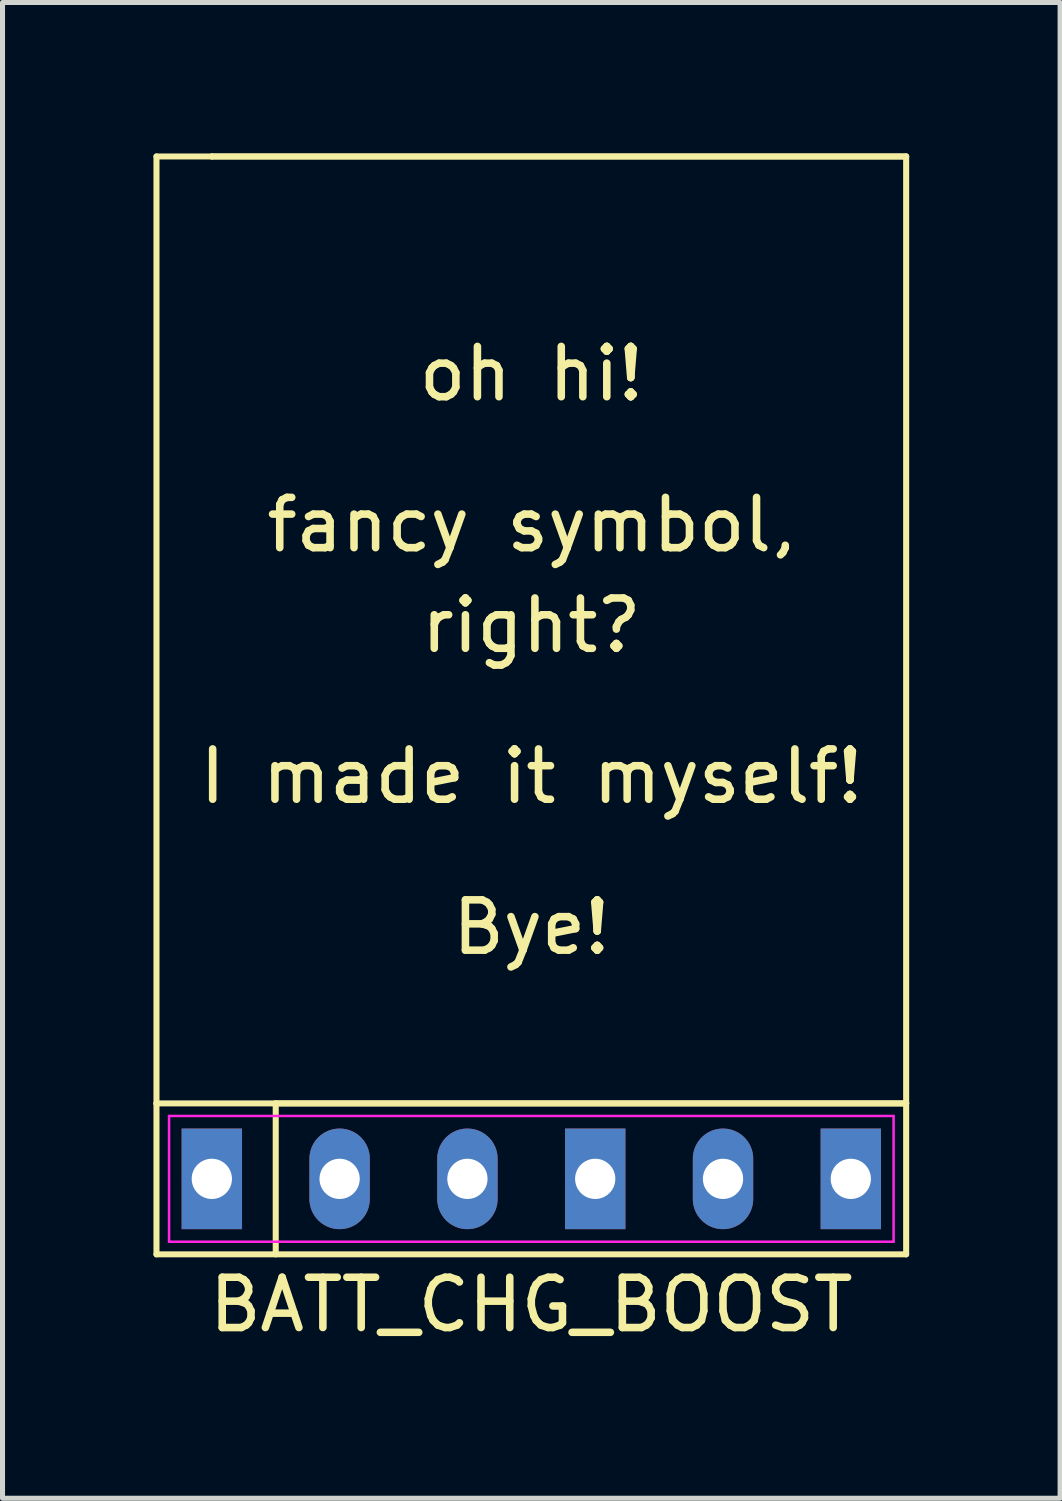
<source format=kicad_pcb>
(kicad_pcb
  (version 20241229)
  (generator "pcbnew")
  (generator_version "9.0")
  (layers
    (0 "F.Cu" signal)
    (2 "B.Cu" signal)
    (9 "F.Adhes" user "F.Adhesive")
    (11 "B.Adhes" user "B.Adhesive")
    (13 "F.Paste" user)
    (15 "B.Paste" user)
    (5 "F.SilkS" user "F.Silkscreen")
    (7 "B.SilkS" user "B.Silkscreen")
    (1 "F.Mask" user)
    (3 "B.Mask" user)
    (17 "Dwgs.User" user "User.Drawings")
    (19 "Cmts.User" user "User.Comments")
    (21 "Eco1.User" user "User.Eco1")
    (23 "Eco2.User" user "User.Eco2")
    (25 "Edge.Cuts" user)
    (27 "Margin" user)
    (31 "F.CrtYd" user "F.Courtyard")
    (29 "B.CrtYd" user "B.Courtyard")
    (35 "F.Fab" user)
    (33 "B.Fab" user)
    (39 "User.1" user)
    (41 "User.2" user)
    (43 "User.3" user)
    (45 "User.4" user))
  (footprint "BATT_CHG_BOOST"
    (layer "F.Cu")
    (at 7.51 20.38)
    (property "Reference" "BATT_CHG_BOOST" (at 0 2.5 0) (layer "F.SilkS") (effects (font (size 1 1) (thickness 0.15))))
    (attr through_hole)
    (fp_line (start -7.45 -1.5) (end -7.45 -20.32) (stroke (width 0.12) (type solid)) (layer "F.SilkS"))
    (fp_line (start -7.45 1.5) (end -7.45 -1.5) (stroke (width 0.12) (type solid)) (layer "F.SilkS"))
    (fp_line (start -6.35 -20.32) (end -7.45 -20.32) (stroke (width 0.12) (type solid)) (layer "F.SilkS"))
    (fp_line (start -6.35 -20.32) (end 7.45 -20.32) (stroke (width 0.12) (type solid)) (layer "F.SilkS"))
    (fp_line (start -5.08 -1.5) (end -5.08 1.5) (stroke (width 0.12) (type solid)) (layer "F.SilkS"))
    (fp_line (start -5.08 -1.5) (end 7.45 -1.5) (stroke (width 0.12) (type solid)) (layer "F.SilkS"))
    (fp_line (start 7.45 -20.32) (end -6.35 -20.32) (stroke (width 0.12) (type solid)) (layer "F.SilkS"))
    (fp_line (start 7.45 -1.5) (end -7.45 -1.5) (stroke (width 0.12) (type solid)) (layer "F.SilkS"))
    (fp_line (start 7.45 -1.5) (end 7.45 -20.32) (stroke (width 0.12) (type solid)) (layer "F.SilkS"))
    (fp_line (start 7.45 -1.5) (end 7.45 1.5) (stroke (width 0.12) (type solid)) (layer "F.SilkS"))
    (fp_line (start 7.45 1.5) (end -7.45 1.5) (stroke (width 0.12) (type solid)) (layer "F.SilkS"))
    (fp_line (start -7.2 -1.25) (end 7.2 -1.25) (stroke (width 0.05) (type solid)) (layer "F.CrtYd"))
    (fp_line (start -7.2 1.25) (end -7.2 -1.25) (stroke (width 0.05) (type solid)) (layer "F.CrtYd"))
    (fp_line (start 7.2 -1.25) (end 7.2 1.25) (stroke (width 0.05) (type solid)) (layer "F.CrtYd"))
    (fp_line (start 7.2 1.25) (end -7.2 1.25) (stroke (width 0.05) (type solid)) (layer "F.CrtYd"))
    (fp_text user "I made it myself!" (at 0 -8 0) (layer "F.SilkS") (effects (font (size 1 1) (thickness 0.15))))
    (fp_text user "Bye!" (at 0 -5 0) (layer "F.SilkS") (effects (font (size 1 1) (thickness 0.15))))
    (fp_text user "oh hi!" (at 0 -16 0) (layer "F.SilkS") (effects (font (size 1 1) (thickness 0.15))))
    (fp_text user "right?" (at 0 -11 0) (layer "F.SilkS") (effects (font (size 1 1) (thickness 0.15))))
    (fp_text user "fancy symbol," (at 0 -13 0) (layer "F.SilkS") (effects (font (size 1 1) (thickness 0.15))))
    (pad "1" thru_hole rect (at -6.35 0) (size 1.2 2) (drill 0.8) (layers "*.Cu" "*.Mask"))
    (pad "2" thru_hole oval (at -3.81 0) (size 1.2 2) (drill 0.8) (layers "*.Cu" "*.Mask"))
    (pad "3" thru_hole oval (at -1.27 0) (size 1.2 2) (drill 0.8) (layers "*.Cu" "*.Mask"))
    (pad "4" thru_hole rect (at 1.27 0) (size 1.2 2) (drill 0.8) (layers "*.Cu" "*.Mask"))
    (pad "5" thru_hole oval (at 3.81 0) (size 1.2 2) (drill 0.8) (layers "*.Cu" "*.Mask"))
    (pad "6" thru_hole rect (at 6.35 0) (size 1.2 2) (drill 0.8) (layers "*.Cu" "*.Mask")))
  (gr_rect
    (start -3 -3)
    (end 18.02 26.728)
    (stroke (width 0.1) (type default))
    (fill no)
    (layer "Edge.Cuts")))
</source>
